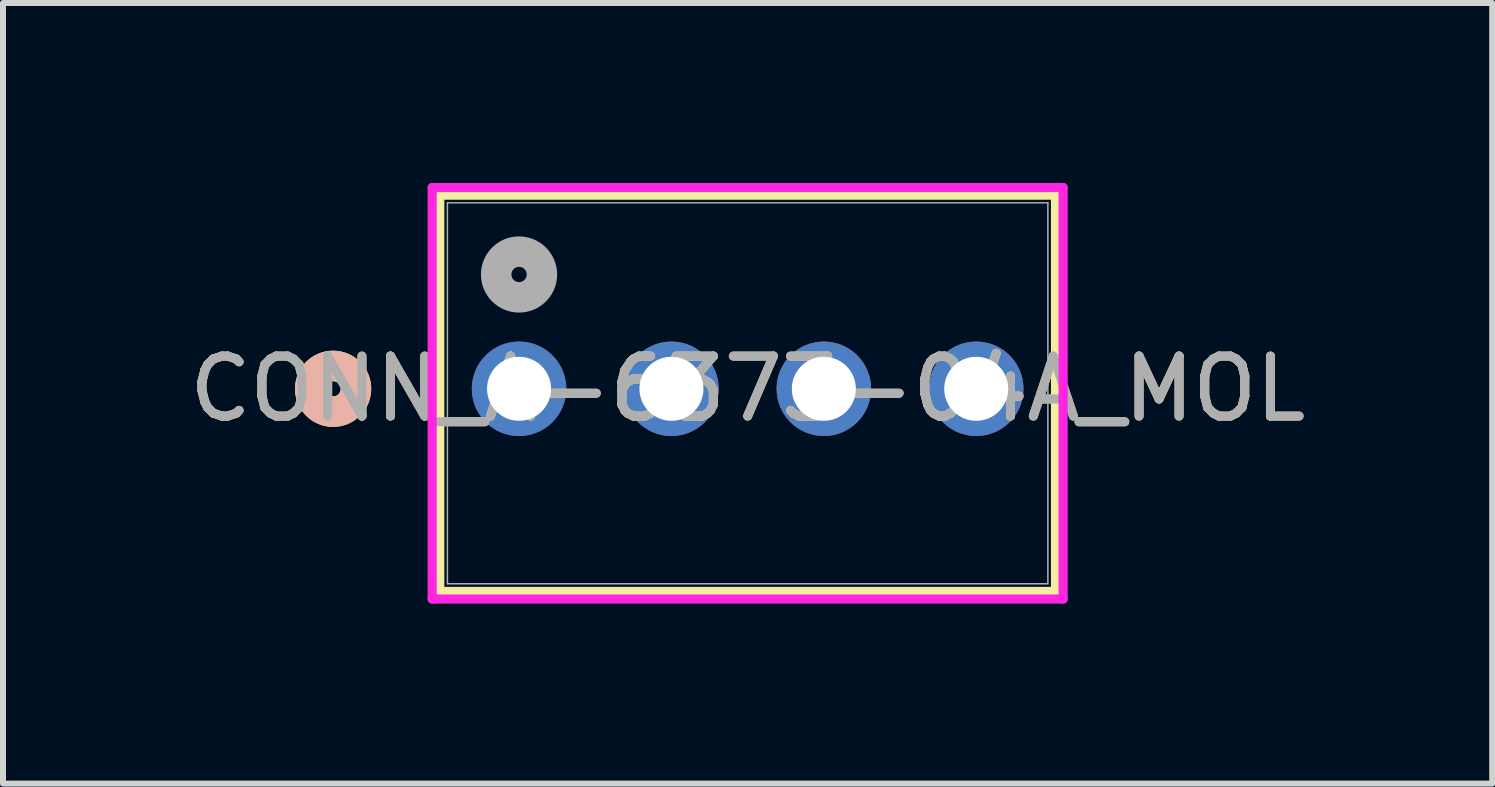
<source format=kicad_pcb>
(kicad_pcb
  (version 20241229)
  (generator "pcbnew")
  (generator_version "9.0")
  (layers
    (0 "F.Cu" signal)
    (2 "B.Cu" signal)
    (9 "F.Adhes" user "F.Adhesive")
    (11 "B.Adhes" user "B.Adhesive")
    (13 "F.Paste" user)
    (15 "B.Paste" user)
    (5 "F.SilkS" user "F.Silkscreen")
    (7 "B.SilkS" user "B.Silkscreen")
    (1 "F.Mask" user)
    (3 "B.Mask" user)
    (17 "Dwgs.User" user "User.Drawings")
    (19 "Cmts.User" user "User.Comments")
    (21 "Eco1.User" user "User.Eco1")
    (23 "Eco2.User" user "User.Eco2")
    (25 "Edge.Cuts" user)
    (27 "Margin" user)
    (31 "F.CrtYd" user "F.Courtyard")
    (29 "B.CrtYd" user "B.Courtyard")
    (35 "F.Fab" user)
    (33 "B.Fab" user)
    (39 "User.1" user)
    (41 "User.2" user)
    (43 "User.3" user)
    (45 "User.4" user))
  (footprint "CONN_A-6373-04A_MOL"
    (layer "F.Cu")
    (at 5.601 3.43)
    (property "Reference" "CONN_A-6373-04A_MOL" (at 3.81 0 0) (unlocked yes) (layer "F.SilkS") (effects (font (size 1 1) (thickness 0.15))))
    (attr through_hole)
    (fp_line (start -1.321 -3.227) (end -1.321 3.377) (stroke (width 0.152) (type solid)) (layer "F.SilkS"))
    (fp_line (start -1.321 3.377) (end 8.941 3.377) (stroke (width 0.152) (type solid)) (layer "F.SilkS"))
    (fp_line (start 8.941 -3.227) (end -1.321 -3.227) (stroke (width 0.152) (type solid)) (layer "F.SilkS"))
    (fp_line (start 8.941 3.377) (end 8.941 -3.227) (stroke (width 0.152) (type solid)) (layer "F.SilkS"))
    (fp_circle (center -3.099 0) (end -2.718 0) (stroke (width 0.508) (type solid)) (fill no) (layer "F.SilkS"))
    (fp_circle (center -3.099 0) (end -2.718 0) (stroke (width 0.508) (type solid)) (fill no) (layer "B.SilkS"))
    (fp_line (start -1.448 -3.354) (end -1.448 3.504) (stroke (width 0.152) (type solid)) (layer "F.CrtYd"))
    (fp_line (start -1.448 3.504) (end 9.068 3.504) (stroke (width 0.152) (type solid)) (layer "F.CrtYd"))
    (fp_line (start 9.068 -3.354) (end -1.448 -3.354) (stroke (width 0.152) (type solid)) (layer "F.CrtYd"))
    (fp_line (start 9.068 3.504) (end 9.068 -3.354) (stroke (width 0.152) (type solid)) (layer "F.CrtYd"))
    (fp_line (start -1.194 -3.1) (end -1.194 3.25) (stroke (width 0.025) (type solid)) (layer "F.Fab"))
    (fp_line (start -1.194 3.25) (end 8.814 3.25) (stroke (width 0.025) (type solid)) (layer "F.Fab"))
    (fp_line (start 8.814 -3.1) (end -1.194 -3.1) (stroke (width 0.025) (type solid)) (layer "F.Fab"))
    (fp_line (start 8.814 3.25) (end 8.814 -3.1) (stroke (width 0.025) (type solid)) (layer "F.Fab"))
    (fp_circle (center 0 -1.905) (end 0.381 -1.905) (stroke (width 0.508) (type solid)) (fill no) (layer "F.Fab"))
    (fp_text user "${REFERENCE}" (at 3.81 0 0) (unlocked yes) (layer "F.Fab") (effects (font (size 1 1) (thickness 0.15))))
    (pad "1" thru_hole circle (at 0 0) (size 1.575 1.575) (drill 1.067) (layers "*.Cu" "*.Mask"))
    (pad "2" thru_hole circle (at 2.54 0) (size 1.575 1.575) (drill 1.067) (layers "*.Cu" "*.Mask"))
    (pad "3" thru_hole circle (at 5.08 0) (size 1.575 1.575) (drill 1.067) (layers "*.Cu" "*.Mask"))
    (pad "4" thru_hole circle (at 7.62 0) (size 1.575 1.575) (drill 1.067) (layers "*.Cu" "*.Mask")))
  (gr_rect
    (start -3 -3)
    (end 21.821 10.01)
    (stroke (width 0.1) (type default))
    (fill no)
    (layer "Edge.Cuts")))
</source>
